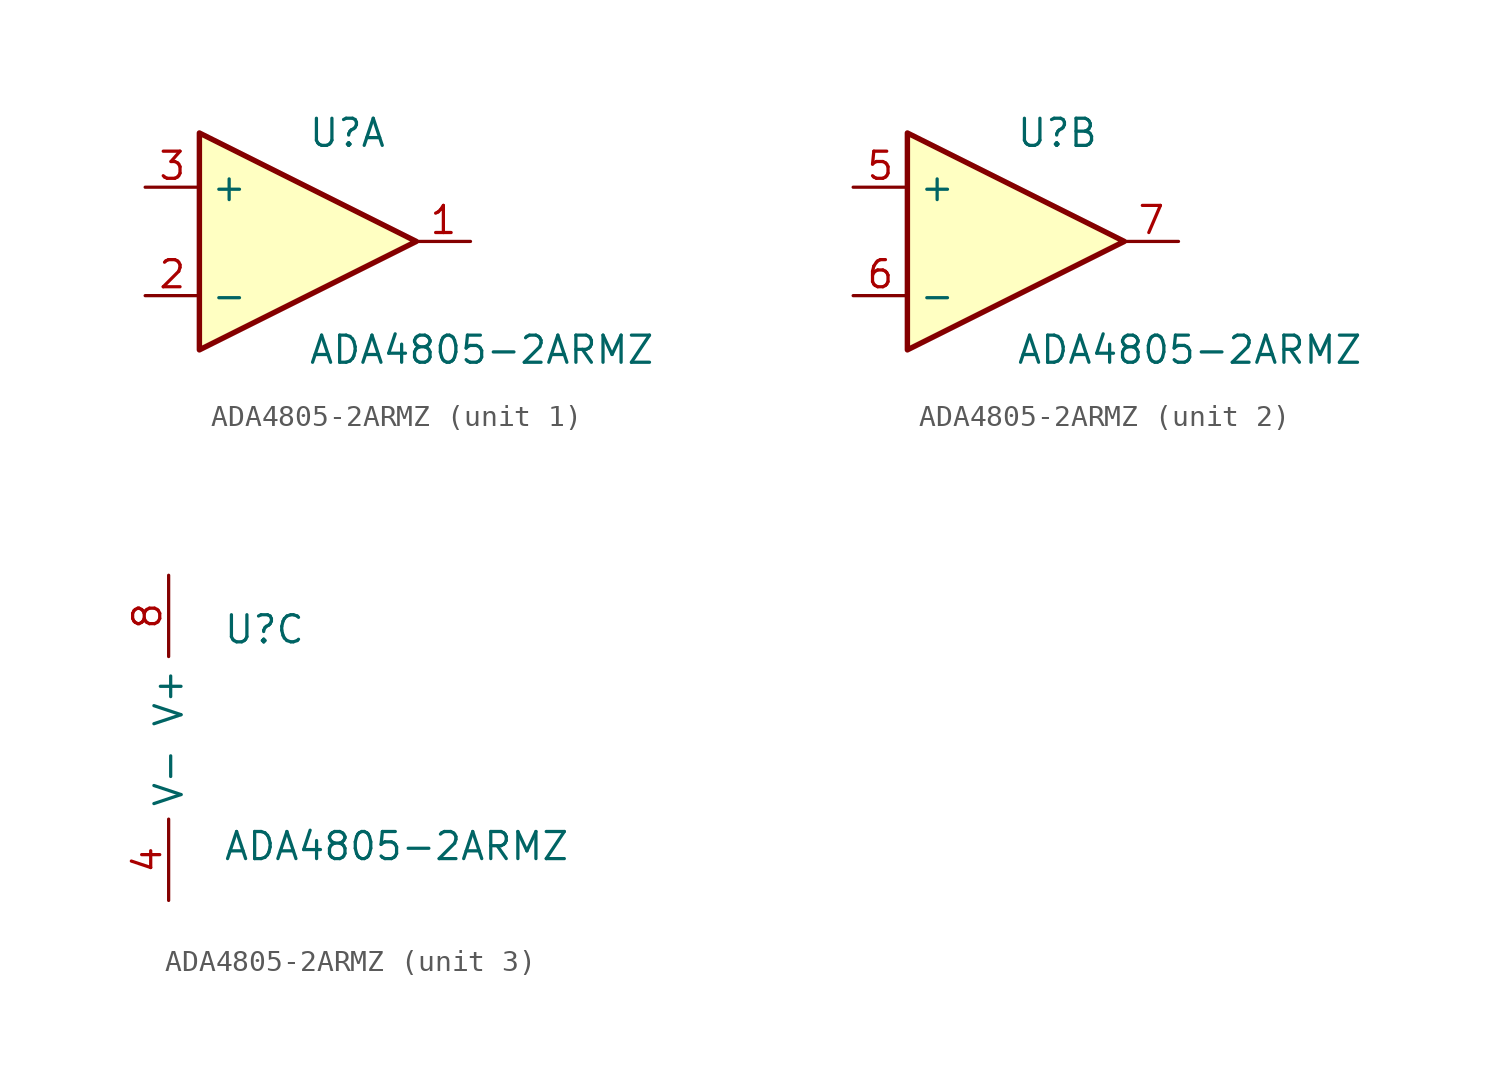
<source format=kicad_sym>
(kicad_symbol_lib
  (version 20220914)
  (generator kicad_symbol_editor)
  (symbol "ADA4805-2ARMZ"
    (property "Reference" "U"
      (at 0 5.08 0)
      (effects (font (size 1.27 1.27)) (justify left)))
    (property "Value" "ADA4805-2ARMZ"
      (at 0 -5.08 0)
      (effects (font (size 1.27 1.27)) (justify left)))
    (property "ki_locked" ""
      (at 0 0 0)
      (effects (font (size 1.27 1.27))))
    (symbol "ADA4805-2ARMZ_1_1"
      (polyline (pts (xy -5.08 5.08) (xy 5.08 0) (xy -5.08 -5.08) (xy -5.08 5.08)) (stroke (width 0.254) (type default)) (fill (type background)))
      (pin output line (at 7.62 0 180) (length 2.54) (name "~" (effects (font (size 1.27 1.27)))) (number "1" (effects (font (size 1.27 1.27)))))
      (pin input line (at -7.62 -2.54 0) (length 2.54) (name "-" (effects (font (size 1.27 1.27)))) (number "2" (effects (font (size 1.27 1.27)))))
      (pin input line (at -7.62 2.54 0) (length 2.54) (name "+" (effects (font (size 1.27 1.27)))) (number "3" (effects (font (size 1.27 1.27))))))
    (symbol "ADA4805-2ARMZ_2_1"
      (polyline (pts (xy -5.08 5.08) (xy 5.08 0) (xy -5.08 -5.08) (xy -5.08 5.08)) (stroke (width 0.254) (type default)) (fill (type background)))
      (pin input line (at -7.62 2.54 0) (length 2.54) (name "+" (effects (font (size 1.27 1.27)))) (number "5" (effects (font (size 1.27 1.27)))))
      (pin input line (at -7.62 -2.54 0) (length 2.54) (name "-" (effects (font (size 1.27 1.27)))) (number "6" (effects (font (size 1.27 1.27)))))
      (pin output line (at 7.62 0 180) (length 2.54) (name "~" (effects (font (size 1.27 1.27)))) (number "7" (effects (font (size 1.27 1.27))))))
    (symbol "ADA4805-2ARMZ_3_1"
      (pin power_in line (at -2.54 -7.62 90) (length 3.81) (name "V-" (effects (font (size 1.27 1.27)))) (number "4" (effects (font (size 1.27 1.27)))))
      (pin power_in line (at -2.54 7.62 270) (length 3.81) (name "V+" (effects (font (size 1.27 1.27)))) (number "8" (effects (font (size 1.27 1.27))))))))
</source>
